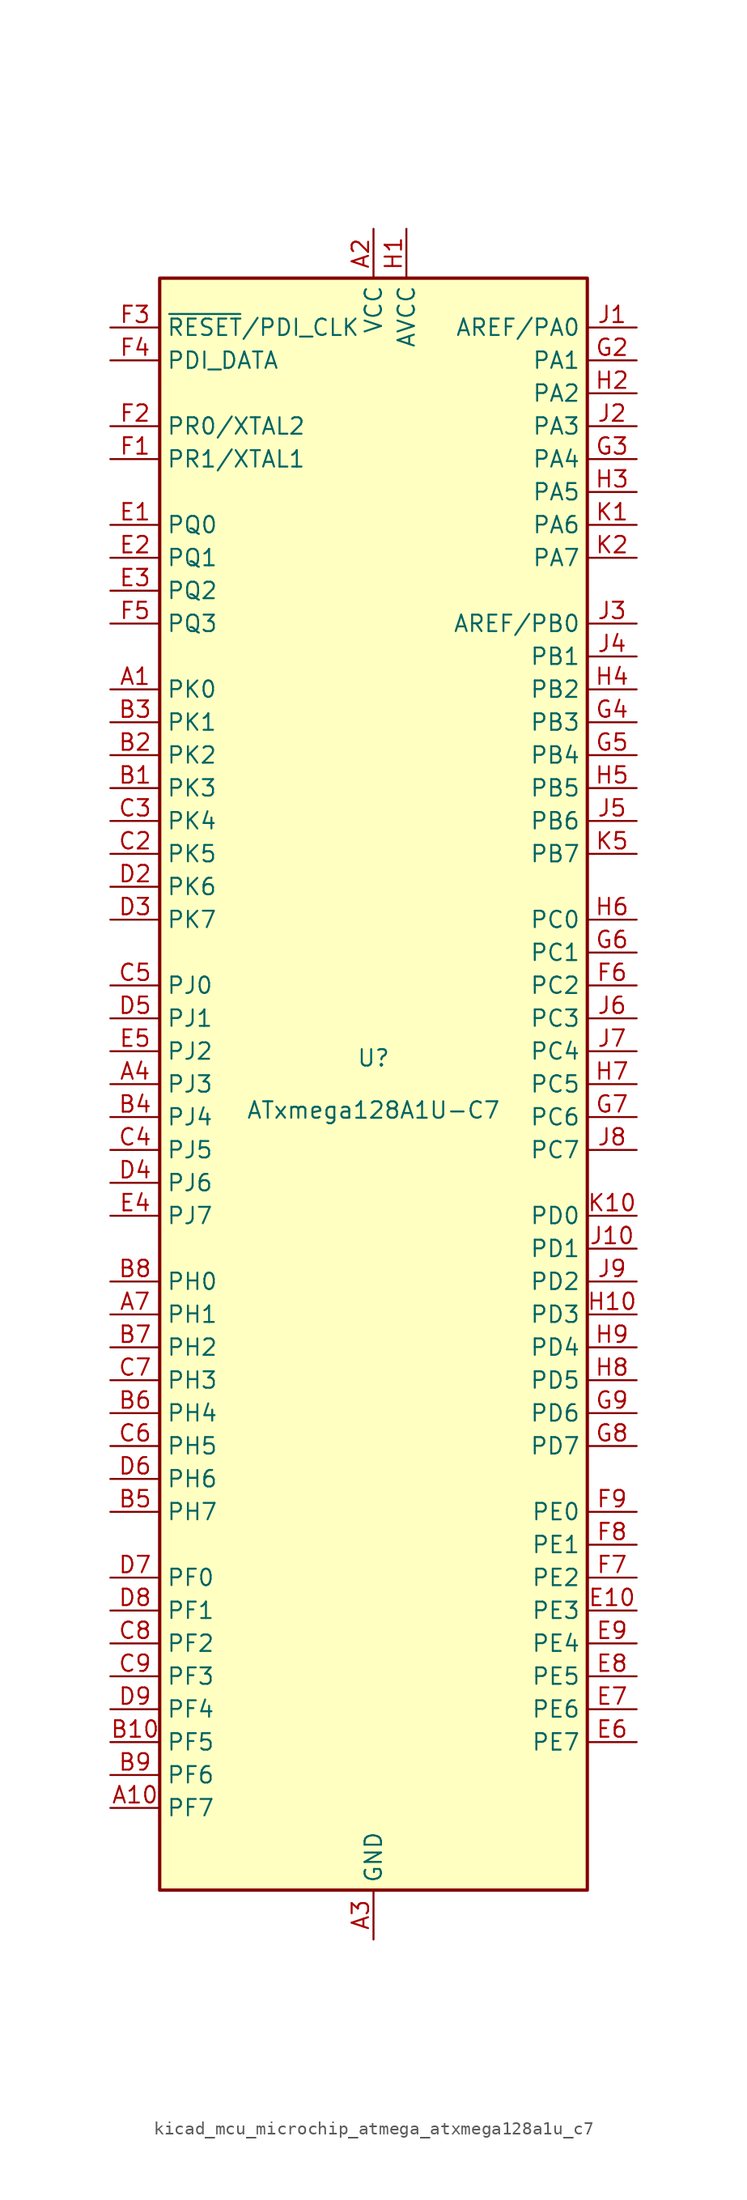
<source format=kicad_sym>
(kicad_symbol_lib
  (version 20220914)
  (generator kicad_symbol_editor)
  (symbol "kicad_mcu_microchip_atmega_atxmega128a1u_c7"
    (property "Reference" "U"
      (at 0 1.27 0)
      (effects (font (size 1.27 1.27)) (justify bottom)))
    (property "Value" "ATxmega128A1U-C7"
      (at 0 -1.27 0)
      (effects (font (size 1.27 1.27)) (justify top)))
    (symbol "kicad_mcu_microchip_atmega_atxmega128a1u_c7_0_1"
      (rectangle (start -16.51 -62.23) (end 16.51 62.23) (stroke (width 0.254) (type default)) (fill (type background))))
    (symbol "kicad_mcu_microchip_atmega_atxmega128a1u_c7_1_1"
      (pin bidirectional line (at -20.32 30.48 0) (length 3.81) (name "PK0" (effects (font (size 1.27 1.27)))) (number "A1" (effects (font (size 1.27 1.27)))))
      (pin bidirectional line (at -20.32 -55.88 0) (length 3.81) (name "PF7" (effects (font (size 1.27 1.27)))) (number "A10" (effects (font (size 1.27 1.27)))))
      (pin power_in line (at 0 66.04 270) (length 3.81) (name "VCC" (effects (font (size 1.27 1.27)))) (number "A2" (effects (font (size 1.27 1.27)))))
      (pin power_in line (at 0 -66.04 90) (length 3.81) (name "GND" (effects (font (size 1.27 1.27)))) (number "A3" (effects (font (size 1.27 1.27)))))
      (pin bidirectional line (at -20.32 0 0) (length 3.81) (name "PJ3" (effects (font (size 1.27 1.27)))) (number "A4" (effects (font (size 1.27 1.27)))))
      (pin passive line (at 0 66.04 270) (length 3.81) hide (name "VCC" (effects (font (size 1.27 1.27)))) (number "A5" (effects (font (size 1.27 1.27)))))
      (pin passive line (at 0 -66.04 90) (length 3.81) hide (name "GND" (effects (font (size 1.27 1.27)))) (number "A6" (effects (font (size 1.27 1.27)))))
      (pin bidirectional line (at -20.32 -17.78 0) (length 3.81) (name "PH1" (effects (font (size 1.27 1.27)))) (number "A7" (effects (font (size 1.27 1.27)))))
      (pin passive line (at 0 -66.04 90) (length 3.81) hide (name "GND" (effects (font (size 1.27 1.27)))) (number "A8" (effects (font (size 1.27 1.27)))))
      (pin passive line (at 0 66.04 270) (length 3.81) hide (name "VCC" (effects (font (size 1.27 1.27)))) (number "A9" (effects (font (size 1.27 1.27)))))
      (pin bidirectional line (at -20.32 22.86 0) (length 3.81) (name "PK3" (effects (font (size 1.27 1.27)))) (number "B1" (effects (font (size 1.27 1.27)))))
      (pin bidirectional line (at -20.32 -50.8 0) (length 3.81) (name "PF5" (effects (font (size 1.27 1.27)))) (number "B10" (effects (font (size 1.27 1.27)))))
      (pin bidirectional line (at -20.32 25.4 0) (length 3.81) (name "PK2" (effects (font (size 1.27 1.27)))) (number "B2" (effects (font (size 1.27 1.27)))))
      (pin bidirectional line (at -20.32 27.94 0) (length 3.81) (name "PK1" (effects (font (size 1.27 1.27)))) (number "B3" (effects (font (size 1.27 1.27)))))
      (pin bidirectional line (at -20.32 -2.54 0) (length 3.81) (name "PJ4" (effects (font (size 1.27 1.27)))) (number "B4" (effects (font (size 1.27 1.27)))))
      (pin bidirectional line (at -20.32 -33.02 0) (length 3.81) (name "PH7" (effects (font (size 1.27 1.27)))) (number "B5" (effects (font (size 1.27 1.27)))))
      (pin bidirectional line (at -20.32 -25.4 0) (length 3.81) (name "PH4" (effects (font (size 1.27 1.27)))) (number "B6" (effects (font (size 1.27 1.27)))))
      (pin bidirectional line (at -20.32 -20.32 0) (length 3.81) (name "PH2" (effects (font (size 1.27 1.27)))) (number "B7" (effects (font (size 1.27 1.27)))))
      (pin bidirectional line (at -20.32 -15.24 0) (length 3.81) (name "PH0" (effects (font (size 1.27 1.27)))) (number "B8" (effects (font (size 1.27 1.27)))))
      (pin bidirectional line (at -20.32 -53.34 0) (length 3.81) (name "PF6" (effects (font (size 1.27 1.27)))) (number "B9" (effects (font (size 1.27 1.27)))))
      (pin passive line (at 0 66.04 270) (length 3.81) hide (name "VCC" (effects (font (size 1.27 1.27)))) (number "C1" (effects (font (size 1.27 1.27)))))
      (pin passive line (at 0 66.04 270) (length 3.81) hide (name "VCC" (effects (font (size 1.27 1.27)))) (number "C10" (effects (font (size 1.27 1.27)))))
      (pin bidirectional line (at -20.32 17.78 0) (length 3.81) (name "PK5" (effects (font (size 1.27 1.27)))) (number "C2" (effects (font (size 1.27 1.27)))))
      (pin bidirectional line (at -20.32 20.32 0) (length 3.81) (name "PK4" (effects (font (size 1.27 1.27)))) (number "C3" (effects (font (size 1.27 1.27)))))
      (pin bidirectional line (at -20.32 -5.08 0) (length 3.81) (name "PJ5" (effects (font (size 1.27 1.27)))) (number "C4" (effects (font (size 1.27 1.27)))))
      (pin bidirectional line (at -20.32 7.62 0) (length 3.81) (name "PJ0" (effects (font (size 1.27 1.27)))) (number "C5" (effects (font (size 1.27 1.27)))))
      (pin bidirectional line (at -20.32 -27.94 0) (length 3.81) (name "PH5" (effects (font (size 1.27 1.27)))) (number "C6" (effects (font (size 1.27 1.27)))))
      (pin bidirectional line (at -20.32 -22.86 0) (length 3.81) (name "PH3" (effects (font (size 1.27 1.27)))) (number "C7" (effects (font (size 1.27 1.27)))))
      (pin bidirectional line (at -20.32 -43.18 0) (length 3.81) (name "PF2" (effects (font (size 1.27 1.27)))) (number "C8" (effects (font (size 1.27 1.27)))))
      (pin bidirectional line (at -20.32 -45.72 0) (length 3.81) (name "PF3" (effects (font (size 1.27 1.27)))) (number "C9" (effects (font (size 1.27 1.27)))))
      (pin passive line (at 0 -66.04 90) (length 3.81) hide (name "GND" (effects (font (size 1.27 1.27)))) (number "D1" (effects (font (size 1.27 1.27)))))
      (pin passive line (at 0 -66.04 90) (length 3.81) hide (name "GND" (effects (font (size 1.27 1.27)))) (number "D10" (effects (font (size 1.27 1.27)))))
      (pin bidirectional line (at -20.32 15.24 0) (length 3.81) (name "PK6" (effects (font (size 1.27 1.27)))) (number "D2" (effects (font (size 1.27 1.27)))))
      (pin bidirectional line (at -20.32 12.7 0) (length 3.81) (name "PK7" (effects (font (size 1.27 1.27)))) (number "D3" (effects (font (size 1.27 1.27)))))
      (pin bidirectional line (at -20.32 -7.62 0) (length 3.81) (name "PJ6" (effects (font (size 1.27 1.27)))) (number "D4" (effects (font (size 1.27 1.27)))))
      (pin bidirectional line (at -20.32 5.08 0) (length 3.81) (name "PJ1" (effects (font (size 1.27 1.27)))) (number "D5" (effects (font (size 1.27 1.27)))))
      (pin bidirectional line (at -20.32 -30.48 0) (length 3.81) (name "PH6" (effects (font (size 1.27 1.27)))) (number "D6" (effects (font (size 1.27 1.27)))))
      (pin bidirectional line (at -20.32 -38.1 0) (length 3.81) (name "PF0" (effects (font (size 1.27 1.27)))) (number "D7" (effects (font (size 1.27 1.27)))))
      (pin bidirectional line (at -20.32 -40.64 0) (length 3.81) (name "PF1" (effects (font (size 1.27 1.27)))) (number "D8" (effects (font (size 1.27 1.27)))))
      (pin bidirectional line (at -20.32 -48.26 0) (length 3.81) (name "PF4" (effects (font (size 1.27 1.27)))) (number "D9" (effects (font (size 1.27 1.27)))))
      (pin bidirectional line (at -20.32 43.18 0) (length 3.81) (name "PQ0" (effects (font (size 1.27 1.27)))) (number "E1" (effects (font (size 1.27 1.27)))))
      (pin bidirectional line (at 20.32 -40.64 180) (length 3.81) (name "PE3" (effects (font (size 1.27 1.27)))) (number "E10" (effects (font (size 1.27 1.27)))))
      (pin bidirectional line (at -20.32 40.64 0) (length 3.81) (name "PQ1" (effects (font (size 1.27 1.27)))) (number "E2" (effects (font (size 1.27 1.27)))))
      (pin bidirectional line (at -20.32 38.1 0) (length 3.81) (name "PQ2" (effects (font (size 1.27 1.27)))) (number "E3" (effects (font (size 1.27 1.27)))))
      (pin bidirectional line (at -20.32 -10.16 0) (length 3.81) (name "PJ7" (effects (font (size 1.27 1.27)))) (number "E4" (effects (font (size 1.27 1.27)))))
      (pin bidirectional line (at -20.32 2.54 0) (length 3.81) (name "PJ2" (effects (font (size 1.27 1.27)))) (number "E5" (effects (font (size 1.27 1.27)))))
      (pin bidirectional line (at 20.32 -50.8 180) (length 3.81) (name "PE7" (effects (font (size 1.27 1.27)))) (number "E6" (effects (font (size 1.27 1.27)))))
      (pin bidirectional line (at 20.32 -48.26 180) (length 3.81) (name "PE6" (effects (font (size 1.27 1.27)))) (number "E7" (effects (font (size 1.27 1.27)))))
      (pin bidirectional line (at 20.32 -45.72 180) (length 3.81) (name "PE5" (effects (font (size 1.27 1.27)))) (number "E8" (effects (font (size 1.27 1.27)))))
      (pin bidirectional line (at 20.32 -43.18 180) (length 3.81) (name "PE4" (effects (font (size 1.27 1.27)))) (number "E9" (effects (font (size 1.27 1.27)))))
      (pin bidirectional line (at -20.32 48.26 0) (length 3.81) (name "PR1/XTAL1" (effects (font (size 1.27 1.27)))) (number "F1" (effects (font (size 1.27 1.27)))))
      (pin passive line (at 0 66.04 270) (length 3.81) hide (name "VCC" (effects (font (size 1.27 1.27)))) (number "F10" (effects (font (size 1.27 1.27)))))
      (pin bidirectional line (at -20.32 50.8 0) (length 3.81) (name "PR0/XTAL2" (effects (font (size 1.27 1.27)))) (number "F2" (effects (font (size 1.27 1.27)))))
      (pin input line (at -20.32 58.42 0) (length 3.81) (name "~{RESET}/PDI_CLK" (effects (font (size 1.27 1.27)))) (number "F3" (effects (font (size 1.27 1.27)))))
      (pin bidirectional line (at -20.32 55.88 0) (length 3.81) (name "PDI_DATA" (effects (font (size 1.27 1.27)))) (number "F4" (effects (font (size 1.27 1.27)))))
      (pin bidirectional line (at -20.32 35.56 0) (length 3.81) (name "PQ3" (effects (font (size 1.27 1.27)))) (number "F5" (effects (font (size 1.27 1.27)))))
      (pin bidirectional line (at 20.32 7.62 180) (length 3.81) (name "PC2" (effects (font (size 1.27 1.27)))) (number "F6" (effects (font (size 1.27 1.27)))))
      (pin bidirectional line (at 20.32 -38.1 180) (length 3.81) (name "PE2" (effects (font (size 1.27 1.27)))) (number "F7" (effects (font (size 1.27 1.27)))))
      (pin bidirectional line (at 20.32 -35.56 180) (length 3.81) (name "PE1" (effects (font (size 1.27 1.27)))) (number "F8" (effects (font (size 1.27 1.27)))))
      (pin bidirectional line (at 20.32 -33.02 180) (length 3.81) (name "PE0" (effects (font (size 1.27 1.27)))) (number "F9" (effects (font (size 1.27 1.27)))))
      (pin passive line (at 0 -66.04 90) (length 3.81) hide (name "GND" (effects (font (size 1.27 1.27)))) (number "G1" (effects (font (size 1.27 1.27)))))
      (pin passive line (at 0 -66.04 90) (length 3.81) hide (name "GND" (effects (font (size 1.27 1.27)))) (number "G10" (effects (font (size 1.27 1.27)))))
      (pin bidirectional line (at 20.32 55.88 180) (length 3.81) (name "PA1" (effects (font (size 1.27 1.27)))) (number "G2" (effects (font (size 1.27 1.27)))))
      (pin bidirectional line (at 20.32 48.26 180) (length 3.81) (name "PA4" (effects (font (size 1.27 1.27)))) (number "G3" (effects (font (size 1.27 1.27)))))
      (pin bidirectional line (at 20.32 27.94 180) (length 3.81) (name "PB3" (effects (font (size 1.27 1.27)))) (number "G4" (effects (font (size 1.27 1.27)))))
      (pin bidirectional line (at 20.32 25.4 180) (length 3.81) (name "PB4" (effects (font (size 1.27 1.27)))) (number "G5" (effects (font (size 1.27 1.27)))))
      (pin bidirectional line (at 20.32 10.16 180) (length 3.81) (name "PC1" (effects (font (size 1.27 1.27)))) (number "G6" (effects (font (size 1.27 1.27)))))
      (pin bidirectional line (at 20.32 -2.54 180) (length 3.81) (name "PC6" (effects (font (size 1.27 1.27)))) (number "G7" (effects (font (size 1.27 1.27)))))
      (pin bidirectional line (at 20.32 -27.94 180) (length 3.81) (name "PD7" (effects (font (size 1.27 1.27)))) (number "G8" (effects (font (size 1.27 1.27)))))
      (pin bidirectional line (at 20.32 -25.4 180) (length 3.81) (name "PD6" (effects (font (size 1.27 1.27)))) (number "G9" (effects (font (size 1.27 1.27)))))
      (pin power_in line (at 2.54 66.04 270) (length 3.81) (name "AVCC" (effects (font (size 1.27 1.27)))) (number "H1" (effects (font (size 1.27 1.27)))))
      (pin bidirectional line (at 20.32 -17.78 180) (length 3.81) (name "PD3" (effects (font (size 1.27 1.27)))) (number "H10" (effects (font (size 1.27 1.27)))))
      (pin bidirectional line (at 20.32 53.34 180) (length 3.81) (name "PA2" (effects (font (size 1.27 1.27)))) (number "H2" (effects (font (size 1.27 1.27)))))
      (pin bidirectional line (at 20.32 45.72 180) (length 3.81) (name "PA5" (effects (font (size 1.27 1.27)))) (number "H3" (effects (font (size 1.27 1.27)))))
      (pin bidirectional line (at 20.32 30.48 180) (length 3.81) (name "PB2" (effects (font (size 1.27 1.27)))) (number "H4" (effects (font (size 1.27 1.27)))))
      (pin bidirectional line (at 20.32 22.86 180) (length 3.81) (name "PB5" (effects (font (size 1.27 1.27)))) (number "H5" (effects (font (size 1.27 1.27)))))
      (pin bidirectional line (at 20.32 12.7 180) (length 3.81) (name "PC0" (effects (font (size 1.27 1.27)))) (number "H6" (effects (font (size 1.27 1.27)))))
      (pin bidirectional line (at 20.32 0 180) (length 3.81) (name "PC5" (effects (font (size 1.27 1.27)))) (number "H7" (effects (font (size 1.27 1.27)))))
      (pin bidirectional line (at 20.32 -22.86 180) (length 3.81) (name "PD5" (effects (font (size 1.27 1.27)))) (number "H8" (effects (font (size 1.27 1.27)))))
      (pin bidirectional line (at 20.32 -20.32 180) (length 3.81) (name "PD4" (effects (font (size 1.27 1.27)))) (number "H9" (effects (font (size 1.27 1.27)))))
      (pin bidirectional line (at 20.32 58.42 180) (length 3.81) (name "AREF/PA0" (effects (font (size 1.27 1.27)))) (number "J1" (effects (font (size 1.27 1.27)))))
      (pin bidirectional line (at 20.32 -12.7 180) (length 3.81) (name "PD1" (effects (font (size 1.27 1.27)))) (number "J10" (effects (font (size 1.27 1.27)))))
      (pin bidirectional line (at 20.32 50.8 180) (length 3.81) (name "PA3" (effects (font (size 1.27 1.27)))) (number "J2" (effects (font (size 1.27 1.27)))))
      (pin bidirectional line (at 20.32 35.56 180) (length 3.81) (name "AREF/PB0" (effects (font (size 1.27 1.27)))) (number "J3" (effects (font (size 1.27 1.27)))))
      (pin bidirectional line (at 20.32 33.02 180) (length 3.81) (name "PB1" (effects (font (size 1.27 1.27)))) (number "J4" (effects (font (size 1.27 1.27)))))
      (pin bidirectional line (at 20.32 20.32 180) (length 3.81) (name "PB6" (effects (font (size 1.27 1.27)))) (number "J5" (effects (font (size 1.27 1.27)))))
      (pin bidirectional line (at 20.32 5.08 180) (length 3.81) (name "PC3" (effects (font (size 1.27 1.27)))) (number "J6" (effects (font (size 1.27 1.27)))))
      (pin bidirectional line (at 20.32 2.54 180) (length 3.81) (name "PC4" (effects (font (size 1.27 1.27)))) (number "J7" (effects (font (size 1.27 1.27)))))
      (pin bidirectional line (at 20.32 -5.08 180) (length 3.81) (name "PC7" (effects (font (size 1.27 1.27)))) (number "J8" (effects (font (size 1.27 1.27)))))
      (pin bidirectional line (at 20.32 -15.24 180) (length 3.81) (name "PD2" (effects (font (size 1.27 1.27)))) (number "J9" (effects (font (size 1.27 1.27)))))
      (pin bidirectional line (at 20.32 43.18 180) (length 3.81) (name "PA6" (effects (font (size 1.27 1.27)))) (number "K1" (effects (font (size 1.27 1.27)))))
      (pin bidirectional line (at 20.32 -10.16 180) (length 3.81) (name "PD0" (effects (font (size 1.27 1.27)))) (number "K10" (effects (font (size 1.27 1.27)))))
      (pin bidirectional line (at 20.32 40.64 180) (length 3.81) (name "PA7" (effects (font (size 1.27 1.27)))) (number "K2" (effects (font (size 1.27 1.27)))))
      (pin passive line (at 0 -66.04 90) (length 3.81) hide (name "GND" (effects (font (size 1.27 1.27)))) (number "K3" (effects (font (size 1.27 1.27)))))
      (pin passive line (at 2.54 66.04 270) (length 3.81) hide (name "AVCC" (effects (font (size 1.27 1.27)))) (number "K4" (effects (font (size 1.27 1.27)))))
      (pin bidirectional line (at 20.32 17.78 180) (length 3.81) (name "PB7" (effects (font (size 1.27 1.27)))) (number "K5" (effects (font (size 1.27 1.27)))))
      (pin passive line (at 0 66.04 270) (length 3.81) hide (name "VCC" (effects (font (size 1.27 1.27)))) (number "K6" (effects (font (size 1.27 1.27)))))
      (pin passive line (at 0 -66.04 90) (length 3.81) hide (name "GND" (effects (font (size 1.27 1.27)))) (number "K7" (effects (font (size 1.27 1.27)))))
      (pin passive line (at 0 66.04 270) (length 3.81) hide (name "VCC" (effects (font (size 1.27 1.27)))) (number "K8" (effects (font (size 1.27 1.27)))))
      (pin passive line (at 0 -66.04 90) (length 3.81) hide (name "GND" (effects (font (size 1.27 1.27)))) (number "K9" (effects (font (size 1.27 1.27))))))))
</source>
